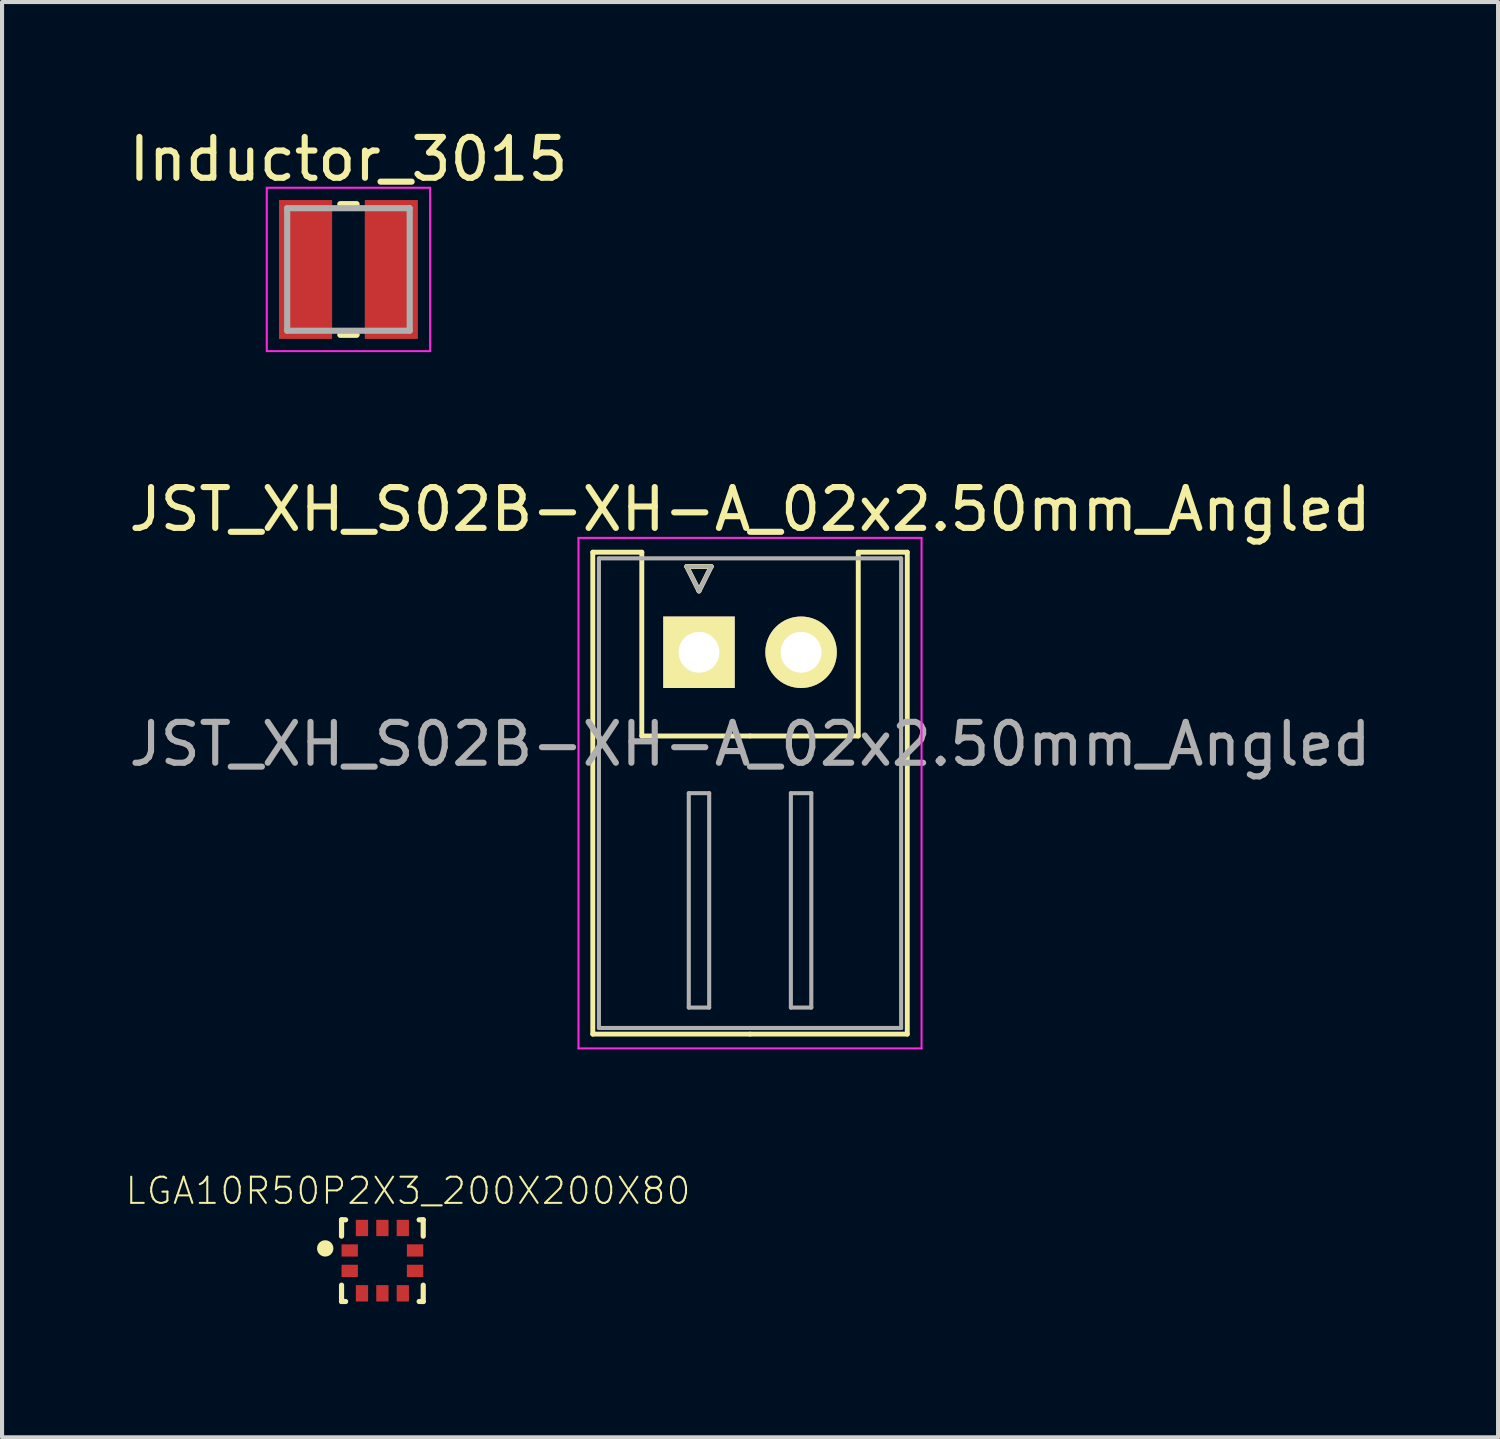
<source format=kicad_pcb>
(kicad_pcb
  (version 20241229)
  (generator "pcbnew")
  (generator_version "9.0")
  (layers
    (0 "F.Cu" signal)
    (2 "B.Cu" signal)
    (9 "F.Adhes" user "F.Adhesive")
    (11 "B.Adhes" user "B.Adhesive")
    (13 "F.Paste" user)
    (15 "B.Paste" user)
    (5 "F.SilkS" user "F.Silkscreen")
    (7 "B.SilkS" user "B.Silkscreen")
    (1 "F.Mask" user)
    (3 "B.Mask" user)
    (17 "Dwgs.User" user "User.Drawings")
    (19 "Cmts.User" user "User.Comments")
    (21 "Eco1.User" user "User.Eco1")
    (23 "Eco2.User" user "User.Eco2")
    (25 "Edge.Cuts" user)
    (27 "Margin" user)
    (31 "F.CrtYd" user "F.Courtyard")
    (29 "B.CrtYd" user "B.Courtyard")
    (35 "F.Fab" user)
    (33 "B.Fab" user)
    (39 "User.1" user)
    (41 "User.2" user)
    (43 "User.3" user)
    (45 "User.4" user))
  (footprint "Inductor_3015"
    (layer "F.Cu")
    (at 5.482 3.548)
    (property "Reference" "Inductor_3015" (at 0 -2.7 0) (layer "F.SilkS") (effects (font (size 1 1) (thickness 0.15))))
    (attr smd)
    (fp_line (start -0.2 -1.6) (end 0.2 -1.6) (stroke (width 0.15) (type solid)) (layer "F.SilkS"))
    (fp_line (start -0.2 1.6) (end 0.2 1.6) (stroke (width 0.15) (type solid)) (layer "F.SilkS"))
    (fp_line (start -2 -2) (end -2 2) (stroke (width 0.05) (type solid)) (layer "F.CrtYd"))
    (fp_line (start -2 2) (end 2 2) (stroke (width 0.05) (type solid)) (layer "F.CrtYd"))
    (fp_line (start 2 -2) (end -2 -2) (stroke (width 0.05) (type solid)) (layer "F.CrtYd"))
    (fp_line (start 2 2) (end 2 -2) (stroke (width 0.05) (type solid)) (layer "F.CrtYd"))
    (fp_line (start -1.5 -1.5) (end -1.5 1.5) (stroke (width 0.15) (type solid)) (layer "F.Fab"))
    (fp_line (start -1.5 1.5) (end 1.5 1.5) (stroke (width 0.15) (type solid)) (layer "F.Fab"))
    (fp_line (start 1.5 -1.5) (end -1.5 -1.5) (stroke (width 0.15) (type solid)) (layer "F.Fab"))
    (fp_line (start 1.5 1.5) (end 1.5 -1.5) (stroke (width 0.15) (type solid)) (layer "F.Fab"))
    (pad "1" smd rect (at -1.05 0) (size 1.3 3.4) (layers "F.Cu" "F.Mask" "F.Paste"))
    (pad "2" smd rect (at 1.05 0) (size 1.3 3.4) (layers "F.Cu" "F.Mask" "F.Paste")))
  (footprint "LGA10R50P2X3_200X200X80"
    (layer "F.Cu")
    (at 6.313 27.818)
    (property "Reference" "LGA10R50P2X3_200X200X80" (at 0.627 -1.709 0) (layer "F.SilkS") (effects (font (size 0.641 0.641) (thickness 0.05))))
    (attr smd)
    (fp_line (start -1 -1) (end -1 -0.6) (stroke (width 0.127) (type solid)) (layer "F.SilkS"))
    (fp_line (start -1 0.6) (end -1 1) (stroke (width 0.127) (type solid)) (layer "F.SilkS"))
    (fp_line (start -0.9 -1) (end -1 -1) (stroke (width 0.127) (type solid)) (layer "F.SilkS"))
    (fp_line (start -0.9 1) (end -1 1) (stroke (width 0.127) (type solid)) (layer "F.SilkS"))
    (fp_line (start 0.9 1) (end 1 1) (stroke (width 0.127) (type solid)) (layer "F.SilkS"))
    (fp_line (start 1 -1) (end 0.9 -1) (stroke (width 0.127) (type solid)) (layer "F.SilkS"))
    (fp_line (start 1 -1) (end 1 -0.6) (stroke (width 0.127) (type solid)) (layer "F.SilkS"))
    (fp_line (start 1 1) (end 1 0.6) (stroke (width 0.127) (type solid)) (layer "F.SilkS"))
    (fp_circle (center -1.4 -0.3) (end -1.3 -0.3) (stroke (width 0.2) (type solid)) (fill no) (layer "F.SilkS"))
    (fp_line (start -1.3 -1.3) (end 1.3 -1.3) (stroke (width 0.05) (type solid)) (layer "Eco1.User"))
    (fp_line (start -1.3 1.3) (end -1.3 -1.3) (stroke (width 0.05) (type solid)) (layer "Eco1.User"))
    (fp_line (start 1.3 -1.3) (end 1.3 1.3) (stroke (width 0.05) (type solid)) (layer "Eco1.User"))
    (fp_line (start 1.3 1.3) (end -1.3 1.3) (stroke (width 0.05) (type solid)) (layer "Eco1.User"))
    (pad "1" smd rect (at -0.8 -0.25) (size 0.4 0.3) (layers "F.Cu" "F.Mask" "F.Paste"))
    (pad "2" smd rect (at -0.8 0.25) (size 0.4 0.3) (layers "F.Cu" "F.Mask" "F.Paste"))
    (pad "3" smd rect (at -0.5 0.8 90) (size 0.4 0.3) (layers "F.Cu" "F.Mask" "F.Paste"))
    (pad "4" smd rect (at 0 0.8 90) (size 0.4 0.3) (layers "F.Cu" "F.Mask" "F.Paste"))
    (pad "5" smd rect (at 0.5 0.8 90) (size 0.4 0.3) (layers "F.Cu" "F.Mask" "F.Paste"))
    (pad "6" smd rect (at 0.8 0.25 180) (size 0.4 0.3) (layers "F.Cu" "F.Mask" "F.Paste"))
    (pad "7" smd rect (at 0.8 -0.25 180) (size 0.4 0.3) (layers "F.Cu" "F.Mask" "F.Paste"))
    (pad "8" smd rect (at 0.5 -0.8 270) (size 0.4 0.3) (layers "F.Cu" "F.Mask" "F.Paste"))
    (pad "9" smd rect (at 0 -0.8 270) (size 0.4 0.3) (layers "F.Cu" "F.Mask" "F.Paste"))
    (pad "10" smd rect (at -0.5 -0.8 270) (size 0.4 0.3) (layers "F.Cu" "F.Mask" "F.Paste")))
  (footprint "JST_XH_S02B-XH-A_02x2.50mm_Angled"
    (layer "F.Cu")
    (at 14.065 12.921)
    (property "Reference" "JST_XH_S02B-XH-A_02x2.50mm_Angled" (at 1.25 -3.5 0) (layer "F.SilkS") (effects (font (size 1 1) (thickness 0.15))))
    (attr through_hole)
    (fp_line (start -2.6 -2.45) (end -1.4 -2.45) (stroke (width 0.12) (type solid)) (layer "F.SilkS"))
    (fp_line (start -2.6 9.35) (end -2.6 -2.45) (stroke (width 0.12) (type solid)) (layer "F.SilkS"))
    (fp_line (start -1.4 -2.45) (end -1.4 2.05) (stroke (width 0.12) (type solid)) (layer "F.SilkS"))
    (fp_line (start -1.4 2.05) (end 1.25 2.05) (stroke (width 0.12) (type solid)) (layer "F.SilkS"))
    (fp_line (start -0.3 -2.1) (end 0.3 -2.1) (stroke (width 0.12) (type solid)) (layer "F.SilkS"))
    (fp_line (start 0 -1.5) (end -0.3 -2.1) (stroke (width 0.12) (type solid)) (layer "F.SilkS"))
    (fp_line (start 0.3 -2.1) (end 0 -1.5) (stroke (width 0.12) (type solid)) (layer "F.SilkS"))
    (fp_line (start 1.25 9.35) (end -2.6 9.35) (stroke (width 0.12) (type solid)) (layer "F.SilkS"))
    (fp_line (start 1.25 9.35) (end 5.1 9.35) (stroke (width 0.12) (type solid)) (layer "F.SilkS"))
    (fp_line (start 3.9 -2.45) (end 3.9 2.05) (stroke (width 0.12) (type solid)) (layer "F.SilkS"))
    (fp_line (start 3.9 2.05) (end 1.25 2.05) (stroke (width 0.12) (type solid)) (layer "F.SilkS"))
    (fp_line (start 5.1 -2.45) (end 3.9 -2.45) (stroke (width 0.12) (type solid)) (layer "F.SilkS"))
    (fp_line (start 5.1 9.35) (end 5.1 -2.45) (stroke (width 0.12) (type solid)) (layer "F.SilkS"))
    (fp_line (start -2.95 -2.8) (end -2.95 9.7) (stroke (width 0.05) (type solid)) (layer "F.CrtYd"))
    (fp_line (start -2.95 9.7) (end 5.45 9.7) (stroke (width 0.05) (type solid)) (layer "F.CrtYd"))
    (fp_line (start 5.45 -2.8) (end -2.95 -2.8) (stroke (width 0.05) (type solid)) (layer "F.CrtYd"))
    (fp_line (start 5.45 9.7) (end 5.45 -2.8) (stroke (width 0.05) (type solid)) (layer "F.CrtYd"))
    (fp_line (start -2.45 -2.3) (end -2.45 9.2) (stroke (width 0.1) (type solid)) (layer "F.Fab"))
    (fp_line (start -2.45 9.2) (end 4.95 9.2) (stroke (width 0.1) (type solid)) (layer "F.Fab"))
    (fp_line (start -0.3 -2.1) (end 0.3 -2.1) (stroke (width 0.1) (type solid)) (layer "F.Fab"))
    (fp_line (start -0.25 3.45) (end -0.25 8.7) (stroke (width 0.1) (type solid)) (layer "F.Fab"))
    (fp_line (start -0.25 8.7) (end 0.25 8.7) (stroke (width 0.1) (type solid)) (layer "F.Fab"))
    (fp_line (start 0 -1.5) (end -0.3 -2.1) (stroke (width 0.1) (type solid)) (layer "F.Fab"))
    (fp_line (start 0.25 3.45) (end -0.25 3.45) (stroke (width 0.1) (type solid)) (layer "F.Fab"))
    (fp_line (start 0.25 8.7) (end 0.25 3.45) (stroke (width 0.1) (type solid)) (layer "F.Fab"))
    (fp_line (start 0.3 -2.1) (end 0 -1.5) (stroke (width 0.1) (type solid)) (layer "F.Fab"))
    (fp_line (start 2.25 3.45) (end 2.25 8.7) (stroke (width 0.1) (type solid)) (layer "F.Fab"))
    (fp_line (start 2.25 8.7) (end 2.75 8.7) (stroke (width 0.1) (type solid)) (layer "F.Fab"))
    (fp_line (start 2.75 3.45) (end 2.25 3.45) (stroke (width 0.1) (type solid)) (layer "F.Fab"))
    (fp_line (start 2.75 8.7) (end 2.75 3.45) (stroke (width 0.1) (type solid)) (layer "F.Fab"))
    (fp_line (start 4.95 -2.3) (end -2.45 -2.3) (stroke (width 0.1) (type solid)) (layer "F.Fab"))
    (fp_line (start 4.95 9.2) (end 4.95 -2.3) (stroke (width 0.1) (type solid)) (layer "F.Fab"))
    (fp_text user "${REFERENCE}" (at 1.25 2.25 0) (layer "F.Fab") (effects (font (size 1 1) (thickness 0.15))))
    (pad "1" thru_hole circle (at 2.5 0) (size 1.75 1.75) (drill 1) (layers "*.Cu" "*.Mask" "F.SilkS"))
    (pad "2" thru_hole rect (at 0 0) (size 1.75 1.75) (drill 1) (layers "*.Cu" "*.Mask" "F.SilkS")))
  (gr_rect
    (start -3 -3)
    (end 33.631 32.143)
    (stroke (width 0.1) (type default))
    (fill no)
    (layer "Edge.Cuts")))
</source>
